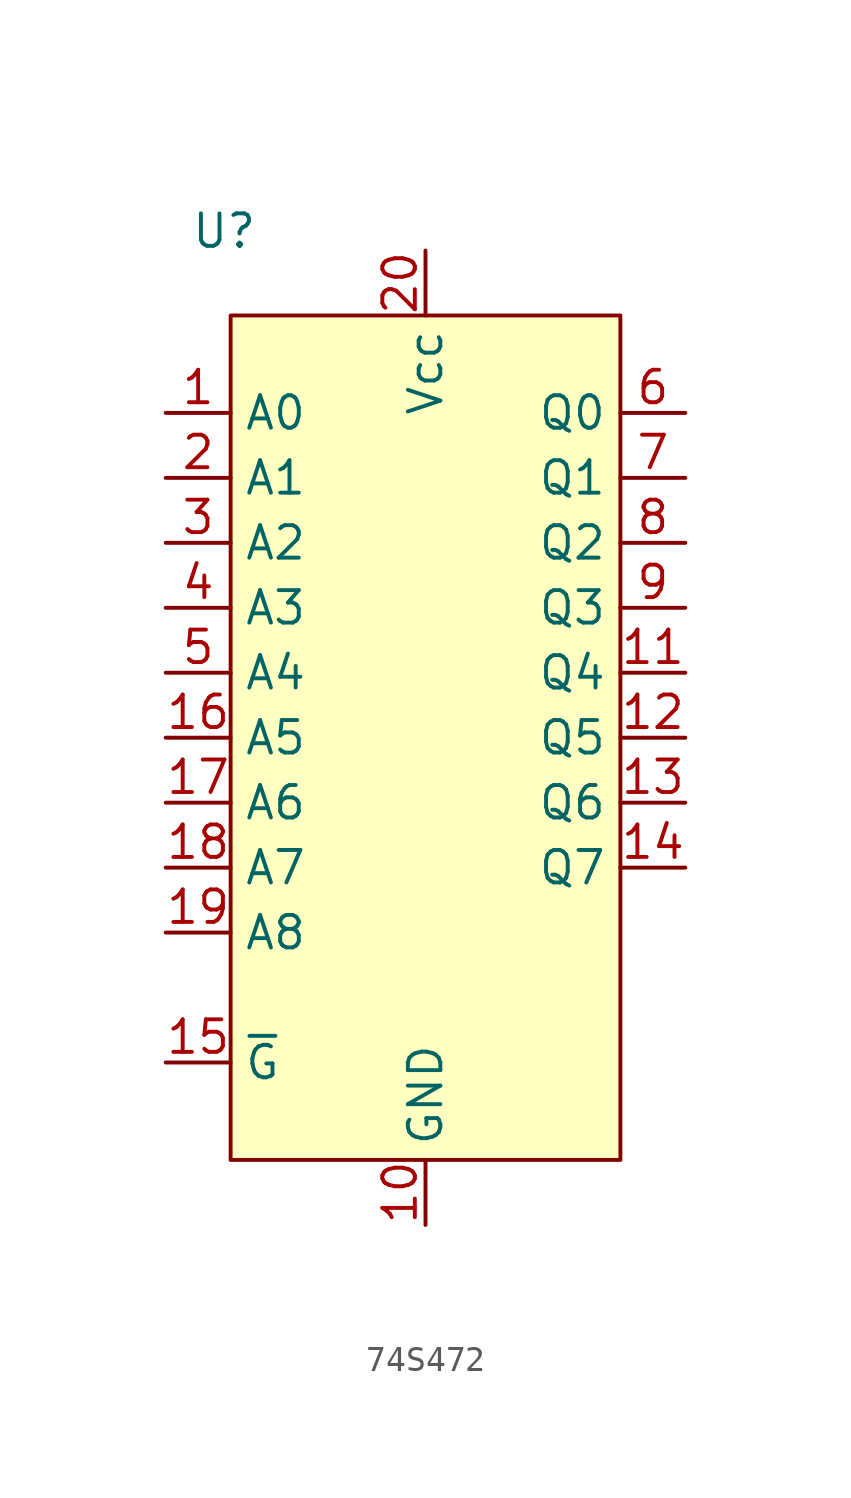
<source format=kicad_sym>
(kicad_symbol_lib
  (version 20241209)
  (generator "kicad_symbol_editor")
  (generator_version "9.0")
  (symbol "74S472"
    (property "Reference" "U"
      (at -7.874 19.812 0)
      (effects (font (size 1.27 1.27))))
    (property "Value" ""
      (at 0 0 0)
      (effects (font (size 1.27 1.27))))
    (symbol "74S472_0_0"
      (pin input line (at -10.16 12.7 0) (length 2.54) (name "A0" (effects (font (size 1.27 1.27)))) (number "1" (effects (font (size 1.27 1.27)))))
      (pin input line (at -10.16 10.16 0) (length 2.54) (name "A1" (effects (font (size 1.27 1.27)))) (number "2" (effects (font (size 1.27 1.27)))))
      (pin input line (at -10.16 7.62 0) (length 2.54) (name "A2" (effects (font (size 1.27 1.27)))) (number "3" (effects (font (size 1.27 1.27)))))
      (pin input line (at -10.16 5.08 0) (length 2.54) (name "A3" (effects (font (size 1.27 1.27)))) (number "4" (effects (font (size 1.27 1.27)))))
      (pin input line (at -10.16 2.54 0) (length 2.54) (name "A4" (effects (font (size 1.27 1.27)))) (number "5" (effects (font (size 1.27 1.27)))))
      (pin input line (at -10.16 0 0) (length 2.54) (name "A5" (effects (font (size 1.27 1.27)))) (number "16" (effects (font (size 1.27 1.27)))))
      (pin input line (at -10.16 -2.54 0) (length 2.54) (name "A6" (effects (font (size 1.27 1.27)))) (number "17" (effects (font (size 1.27 1.27)))))
      (pin input line (at -10.16 -5.08 0) (length 2.54) (name "A7" (effects (font (size 1.27 1.27)))) (number "18" (effects (font (size 1.27 1.27)))))
      (pin input line (at -10.16 -7.62 0) (length 2.54) (name "A8" (effects (font (size 1.27 1.27)))) (number "19" (effects (font (size 1.27 1.27)))))
      (pin input line (at -10.16 -12.7 0) (length 2.54) (name "~{G}" (effects (font (size 1.27 1.27)))) (number "15" (effects (font (size 1.27 1.27)))))
      (pin power_in line (at 0 19.05 270) (length 2.54) (name "Vcc" (effects (font (size 1.27 1.27)))) (number "20" (effects (font (size 1.27 1.27)))))
      (pin power_in line (at 0 -19.05 90) (length 2.54) (name "GND" (effects (font (size 1.27 1.27)))) (number "10" (effects (font (size 1.27 1.27)))))
      (pin output line (at 10.16 12.7 180) (length 2.54) (name "Q0" (effects (font (size 1.27 1.27)))) (number "6" (effects (font (size 1.27 1.27)))))
      (pin output line (at 10.16 10.16 180) (length 2.54) (name "Q1" (effects (font (size 1.27 1.27)))) (number "7" (effects (font (size 1.27 1.27)))))
      (pin output line (at 10.16 7.62 180) (length 2.54) (name "Q2" (effects (font (size 1.27 1.27)))) (number "8" (effects (font (size 1.27 1.27)))))
      (pin output line (at 10.16 5.08 180) (length 2.54) (name "Q3" (effects (font (size 1.27 1.27)))) (number "9" (effects (font (size 1.27 1.27)))))
      (pin output line (at 10.16 2.54 180) (length 2.54) (name "Q4" (effects (font (size 1.27 1.27)))) (number "11" (effects (font (size 1.27 1.27)))))
      (pin output line (at 10.16 0 180) (length 2.54) (name "Q5" (effects (font (size 1.27 1.27)))) (number "12" (effects (font (size 1.27 1.27)))))
      (pin output line (at 10.16 -2.54 180) (length 2.54) (name "Q6" (effects (font (size 1.27 1.27)))) (number "13" (effects (font (size 1.27 1.27)))))
      (pin output line (at 10.16 -5.08 180) (length 2.54) (name "Q7" (effects (font (size 1.27 1.27)))) (number "14" (effects (font (size 1.27 1.27))))))
    (symbol "74S472_1_1"
      (rectangle (start -7.62 16.51) (end 7.62 -16.51) (stroke (width 0) (type solid)) (fill (type background))))))
</source>
